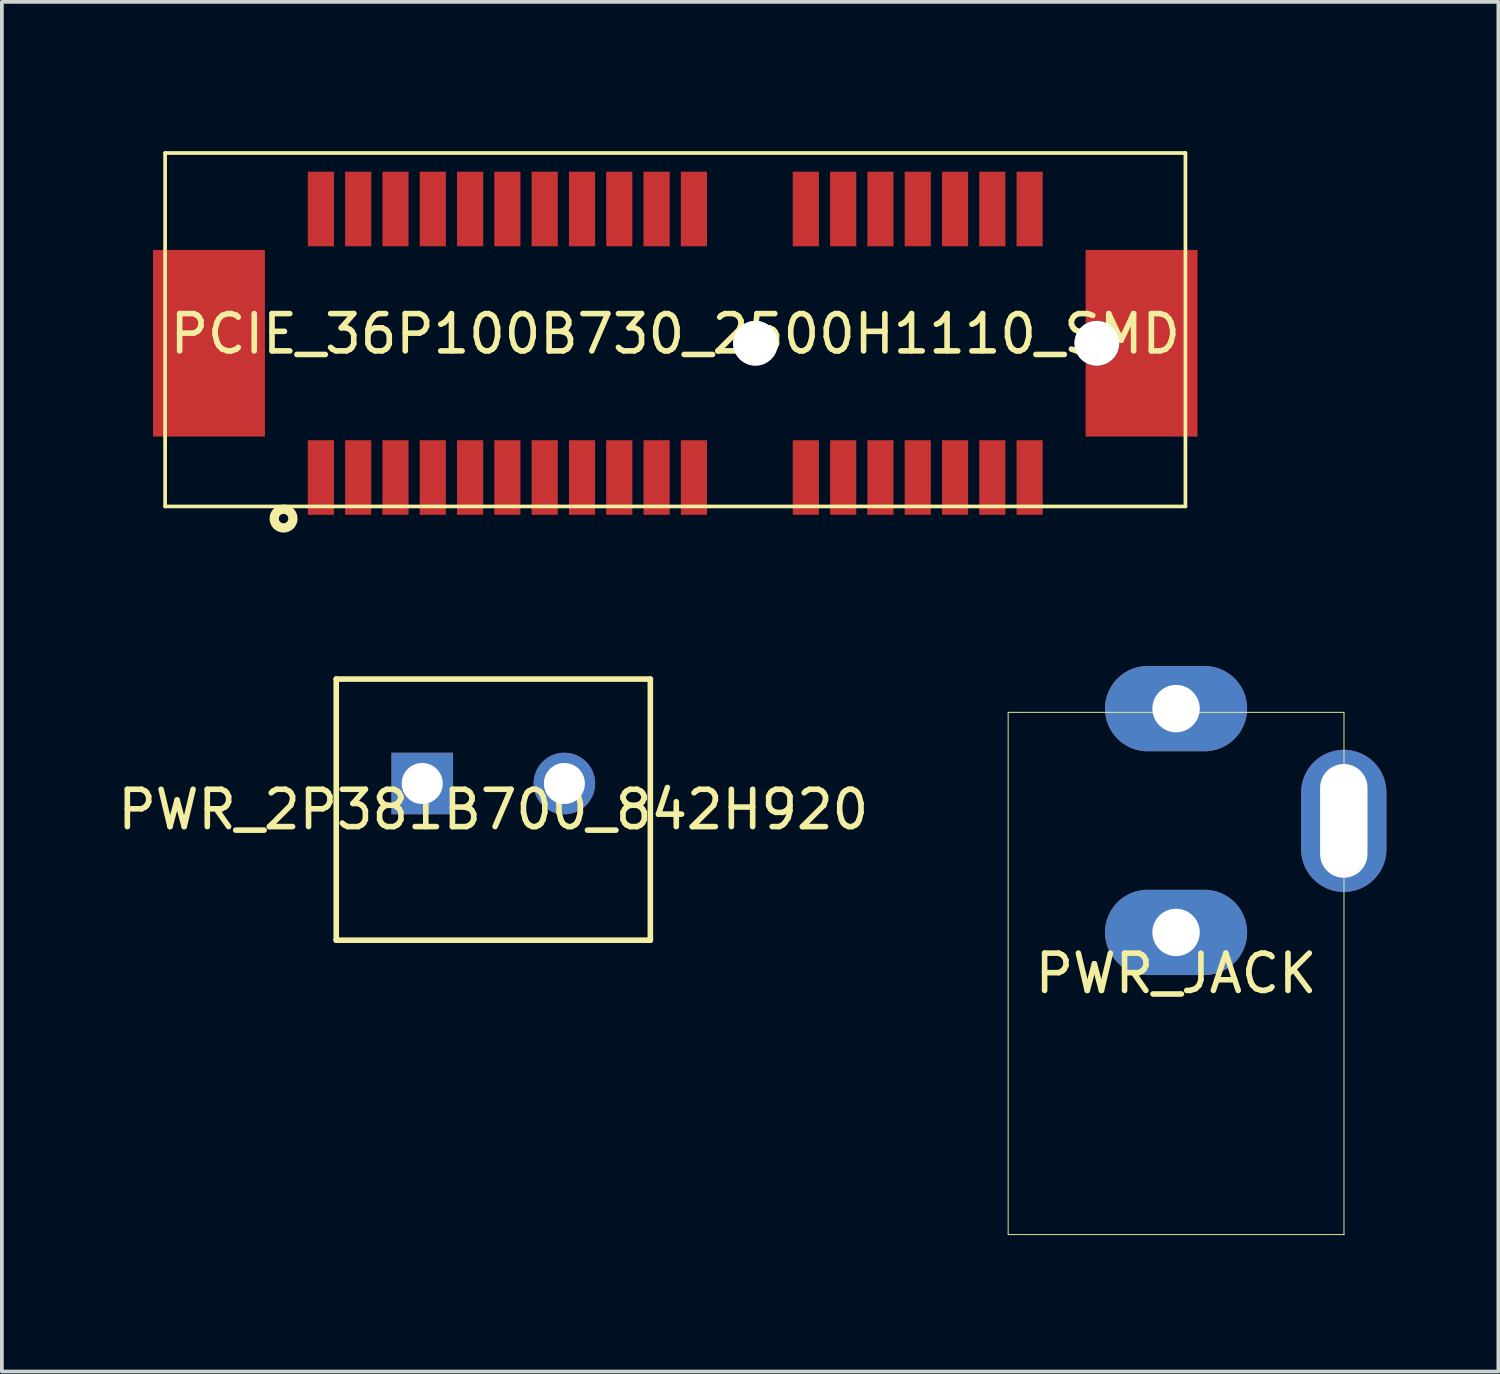
<source format=kicad_pcb>
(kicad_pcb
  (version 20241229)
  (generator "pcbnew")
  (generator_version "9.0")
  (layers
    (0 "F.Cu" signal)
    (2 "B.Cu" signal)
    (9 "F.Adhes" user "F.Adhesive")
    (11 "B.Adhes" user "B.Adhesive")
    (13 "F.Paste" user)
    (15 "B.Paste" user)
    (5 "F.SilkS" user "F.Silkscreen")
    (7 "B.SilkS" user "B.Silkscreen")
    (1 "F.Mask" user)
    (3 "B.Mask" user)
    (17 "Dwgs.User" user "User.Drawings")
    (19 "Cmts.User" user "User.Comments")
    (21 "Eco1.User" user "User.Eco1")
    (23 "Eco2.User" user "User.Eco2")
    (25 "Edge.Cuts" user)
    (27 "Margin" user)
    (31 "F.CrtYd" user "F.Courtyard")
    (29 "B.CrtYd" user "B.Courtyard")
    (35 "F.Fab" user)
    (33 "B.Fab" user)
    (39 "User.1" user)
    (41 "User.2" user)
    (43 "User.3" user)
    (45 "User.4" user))
  (footprint "PWR_2P381B700_842H920"
    (layer "F.Cu")
    (at 10.173 18.652)
    (property "Reference" "PWR_2P381B700_842H920" (at 0 0 0) (layer "F.SilkS") (effects (font (size 1 1) (thickness 0.15))))
    (fp_line (start -4.21 3.5) (end -4.21 -3.5) (stroke (width 0.15) (type default)) (layer "F.SilkS"))
    (fp_line (start 4.21 -3.5) (end -4.21 -3.5) (stroke (width 0.15) (type default)) (layer "F.SilkS"))
    (fp_line (start 4.21 3.5) (end -4.21 3.5) (stroke (width 0.15) (type default)) (layer "F.SilkS"))
    (fp_line (start 4.21 3.5) (end 4.21 -3.5) (stroke (width 0.15) (type default)) (layer "F.SilkS"))
    (fp_line (start -4.21 3.5) (end -4.21 -3.5) (stroke (width 0.025) (type default)) (layer "User.1"))
    (fp_line (start 4.21 -3.5) (end -4.21 -3.5) (stroke (width 0.025) (type default)) (layer "User.1"))
    (fp_line (start 4.21 3.5) (end -4.21 3.5) (stroke (width 0.025) (type default)) (layer "User.1"))
    (fp_line (start 4.21 3.5) (end 4.21 -3.5) (stroke (width 0.025) (type default)) (layer "User.1"))
    (fp_poly (pts (xy -4.51 3.8) (xy -4.51 -3.8) (xy 4.51 -3.8) (xy 4.51 3.8)) (stroke (width 0.1) (type default)) (fill no) (layer "User.1"))
    (fp_poly (pts (xy -4.51 3.8) (xy -4.51 -3.8) (xy 4.51 -3.8) (xy 4.51 3.8)) (stroke (width 0.1) (type default)) (fill no) (layer "User.1"))
    (pad "1" thru_hole rect (at -1.905 -0.7 90) (size 1.651 1.651) (drill 1.1) (layers "*.Cu" "*.Mask"))
    (pad "2" thru_hole circle (at 1.905 -0.7 90) (size 1.651 1.651) (drill 1.1) (layers "*.Cu" "*.Mask")))
  (footprint "PCIE_36P100B730_2500H1110_SMD"
    (layer "F.Cu")
    (at 15.051 5.901)
    (property "Reference" "PCIE_36P100B730_2500H1110_SMD" (at 0 0 0) (layer "F.SilkS") (effects (font (size 1 1) (thickness 0.15))))
    (fp_line (start -13.675 4.624) (end -13.675 -4.85) (stroke (width 0.099) (type default)) (layer "F.SilkS"))
    (fp_line (start 13.675 -4.85) (end -13.675 -4.85) (stroke (width 0.099) (type default)) (layer "F.SilkS"))
    (fp_line (start 13.675 4.624) (end -13.675 4.624) (stroke (width 0.099) (type default)) (layer "F.SilkS"))
    (fp_line (start 13.675 4.624) (end 13.675 -4.85) (stroke (width 0.099) (type default)) (layer "F.SilkS"))
    (fp_circle (center -10.5 4.95) (end -10.249 4.95) (stroke (width 0.249) (type default)) (fill no) (layer "F.SilkS"))
    (fp_line (start -15.001 5.851) (end -15.001 -5.851) (stroke (width 0.025) (type default)) (layer "User.1"))
    (fp_line (start 15.001 -5.851) (end -15.001 -5.851) (stroke (width 0.025) (type default)) (layer "User.1"))
    (fp_line (start 15.001 5.851) (end -15.001 5.851) (stroke (width 0.025) (type default)) (layer "User.1"))
    (fp_line (start 15.001 5.851) (end 15.001 -5.851) (stroke (width 0.025) (type default)) (layer "User.1"))
    (fp_poly (pts (xy 13.675 4.619) (xy 13.675 -4.85) (xy -13.675 -4.85) (xy -13.675 4.619)) (stroke (width 0.1) (type default)) (fill no) (layer "User.1"))
    (fp_poly (pts (xy 13.675 4.619) (xy 13.675 -4.85) (xy -13.675 -4.85) (xy -13.675 4.619)) (stroke (width 0.1) (type default)) (fill no) (layer "User.1"))
    (fp_poly (pts (xy 15.001 5.851) (xy 15.001 -5.851) (xy -13.701 -5.851) (xy -13.701 -4.949) (xy 13.8 -4.949) (xy 13.8 4.751) (xy -13.8 4.751) (xy -13.8 -5.851) (xy -15.001 -5.851) (xy -15.001 5.851)) (stroke (width 0.1) (type default)) (fill no) (layer "User.1"))
    (fp_poly (pts (xy 15.001 5.851) (xy 15.001 -5.851) (xy -13.701 -5.851) (xy -13.701 -4.949) (xy 13.8 -4.949) (xy 13.8 4.751) (xy -13.8 4.751) (xy -13.8 -5.851) (xy -15.001 -5.851) (xy -15.001 5.851)) (stroke (width 0.1) (type default)) (fill no) (layer "User.1"))
    (pad "37" smd rect (at -12.499 0.25 90) (size 5.002 2.999) (layers "F.Cu" "F.Mask" "F.Paste"))
    (pad "38" smd rect (at 12.499 0.25 90) (size 5.002 2.999) (layers "F.Cu" "F.Mask" "F.Paste"))
    (pad "39" thru_hole circle (at 2.149 0.25 90) (size 1.199 1.199) (drill 1.199) (layers "*.Cu" "*.Mask"))
    (pad "40" thru_hole circle (at 11.3 0.25 90) (size 1.199 1.199) (drill 1.199) (layers "*.Cu" "*.Mask"))
    (pad "A1" smd rect (at -9.499 -3.349 90) (size 1.999 0.701) (layers "F.Cu" "F.Mask" "F.Paste"))
    (pad "A2" smd rect (at -8.499 -3.349 90) (size 1.999 0.701) (layers "F.Cu" "F.Mask" "F.Paste"))
    (pad "A3" smd rect (at -7.5 -3.349 90) (size 1.999 0.701) (layers "F.Cu" "F.Mask" "F.Paste"))
    (pad "A4" smd rect (at -6.5 -3.349 90) (size 1.999 0.701) (layers "F.Cu" "F.Mask" "F.Paste"))
    (pad "A5" smd rect (at -5.499 -3.349 90) (size 1.999 0.701) (layers "F.Cu" "F.Mask" "F.Paste"))
    (pad "A6" smd rect (at -4.501 -3.349 90) (size 1.999 0.701) (layers "F.Cu" "F.Mask" "F.Paste"))
    (pad "A7" smd rect (at -3.5 -3.349 90) (size 1.999 0.701) (layers "F.Cu" "F.Mask" "F.Paste"))
    (pad "A8" smd rect (at -2.499 -3.349 90) (size 1.999 0.701) (layers "F.Cu" "F.Mask" "F.Paste"))
    (pad "A9" smd rect (at -1.501 -3.349 90) (size 1.999 0.701) (layers "F.Cu" "F.Mask" "F.Paste"))
    (pad "A10" smd rect (at -0.5 -3.349 90) (size 1.999 0.701) (layers "F.Cu" "F.Mask" "F.Paste"))
    (pad "A11" smd rect (at 0.5 -3.349 90) (size 1.999 0.701) (layers "F.Cu" "F.Mask" "F.Paste"))
    (pad "A12" smd rect (at 3.5 -3.349 90) (size 1.999 0.701) (layers "F.Cu" "F.Mask" "F.Paste"))
    (pad "A13" smd rect (at 4.501 -3.349 90) (size 1.999 0.701) (layers "F.Cu" "F.Mask" "F.Paste"))
    (pad "A14" smd rect (at 5.499 -3.349 90) (size 1.999 0.701) (layers "F.Cu" "F.Mask" "F.Paste"))
    (pad "A15" smd rect (at 6.5 -3.349 90) (size 1.999 0.701) (layers "F.Cu" "F.Mask" "F.Paste"))
    (pad "A16" smd rect (at 7.5 -3.349 90) (size 1.999 0.701) (layers "F.Cu" "F.Mask" "F.Paste"))
    (pad "A17" smd rect (at 8.499 -3.349 90) (size 1.999 0.701) (layers "F.Cu" "F.Mask" "F.Paste"))
    (pad "A18" smd rect (at 9.499 -3.349 90) (size 1.999 0.701) (layers "F.Cu" "F.Mask" "F.Paste"))
    (pad "B1" smd rect (at -9.499 3.849 90) (size 1.999 0.701) (layers "F.Cu" "F.Mask" "F.Paste"))
    (pad "B2" smd rect (at -8.499 3.849 90) (size 1.999 0.701) (layers "F.Cu" "F.Mask" "F.Paste"))
    (pad "B3" smd rect (at -7.5 3.849 90) (size 1.999 0.701) (layers "F.Cu" "F.Mask" "F.Paste"))
    (pad "B4" smd rect (at -6.5 3.849 90) (size 1.999 0.701) (layers "F.Cu" "F.Mask" "F.Paste"))
    (pad "B5" smd rect (at -5.499 3.849 90) (size 1.999 0.701) (layers "F.Cu" "F.Mask" "F.Paste"))
    (pad "B6" smd rect (at -4.501 3.849 90) (size 1.999 0.701) (layers "F.Cu" "F.Mask" "F.Paste"))
    (pad "B7" smd rect (at -3.5 3.849 90) (size 1.999 0.701) (layers "F.Cu" "F.Mask" "F.Paste"))
    (pad "B8" smd rect (at -2.499 3.849 90) (size 1.999 0.701) (layers "F.Cu" "F.Mask" "F.Paste"))
    (pad "B9" smd rect (at -1.501 3.849 90) (size 1.999 0.701) (layers "F.Cu" "F.Mask" "F.Paste"))
    (pad "B10" smd rect (at -0.5 3.849 90) (size 1.999 0.701) (layers "F.Cu" "F.Mask" "F.Paste"))
    (pad "B11" smd rect (at 0.5 3.849 90) (size 1.999 0.701) (layers "F.Cu" "F.Mask" "F.Paste"))
    (pad "B12" smd rect (at 3.5 3.849 90) (size 1.999 0.701) (layers "F.Cu" "F.Mask" "F.Paste"))
    (pad "B13" smd rect (at 4.501 3.849 90) (size 1.999 0.701) (layers "F.Cu" "F.Mask" "F.Paste"))
    (pad "B14" smd rect (at 5.499 3.849 90) (size 1.999 0.701) (layers "F.Cu" "F.Mask" "F.Paste"))
    (pad "B15" smd rect (at 6.5 3.849 90) (size 1.999 0.701) (layers "F.Cu" "F.Mask" "F.Paste"))
    (pad "B16" smd rect (at 7.5 3.849 90) (size 1.999 0.701) (layers "F.Cu" "F.Mask" "F.Paste"))
    (pad "B17" smd rect (at 8.499 3.849 90) (size 1.999 0.701) (layers "F.Cu" "F.Mask" "F.Paste"))
    (pad "B18" smd rect (at 9.499 3.849 90) (size 1.999 0.701) (layers "F.Cu" "F.Mask" "F.Paste"))
    (zone (net_name "") (layer "Edge.Cuts") (hatch edge 0.5) (connect_pads) (min_thickness 0.25) (filled_areas_thickness no) (keepout (tracks not_allowed) (vias not_allowed) (pads not_allowed) (copperpour not_allowed) (footprints allowed)) (placement (enabled no)) (fill) (polygon (pts (xy 17.423 5.324) (xy 17.63 5.409) (xy 17.807 5.545) (xy 17.943 5.723) (xy 18.029 5.929) (xy 18.058 6.151) (xy 18.029 6.373) (xy 17.943 6.58) (xy 17.807 6.757) (xy 17.63 6.894) (xy 17.423 6.979) (xy 17.201 7.008) (xy 16.979 6.979) (xy 16.773 6.894) (xy 16.595 6.757) (xy 16.459 6.58) (xy 16.373 6.373) (xy 16.344 6.151) (xy 16.373 5.929) (xy 16.459 5.723) (xy 16.595 5.545) (xy 16.773 5.409) (xy 16.979 5.324) (xy 17.201 5.294))))
    (zone (net_name "") (layer "Edge.Cuts") (hatch edge 0.5) (connect_pads) (min_thickness 0.25) (filled_areas_thickness no) (keepout (tracks not_allowed) (vias not_allowed) (pads not_allowed) (copperpour not_allowed) (footprints allowed)) (placement (enabled no)) (fill) (polygon (pts (xy 26.573 5.324) (xy 26.779 5.41) (xy 26.956 5.546) (xy 27.093 5.723) (xy 27.178 5.929) (xy 27.207 6.151) (xy 27.178 6.373) (xy 27.093 6.58) (xy 26.956 6.756) (xy 26.779 6.893) (xy 26.573 6.978) (xy 26.351 7.008) (xy 26.13 6.978) (xy 25.923 6.893) (xy 25.745 6.756) (xy 25.61 6.58) (xy 25.524 6.373) (xy 25.495 6.151) (xy 25.524 5.929) (xy 25.61 5.723) (xy 25.745 5.546) (xy 25.923 5.41) (xy 26.13 5.324) (xy 26.351 5.295)))))
  (footprint "PWR_JACK"
    (layer "F.Cu")
    (at 28.475 23.044)
    (property "Reference" "PWR_JACK" (at 0 0 0) (layer "F.SilkS") (effects (font (size 1 1) (thickness 0.15))))
    (fp_line (start -4.501 7) (end -4.501 -7) (stroke (width 0.025) (type default)) (layer "F.SilkS"))
    (fp_line (start 4.501 -7) (end -4.501 -7) (stroke (width 0.025) (type default)) (layer "F.SilkS"))
    (fp_line (start 4.501 7) (end -4.501 7) (stroke (width 0.025) (type default)) (layer "F.SilkS"))
    (fp_line (start 4.501 7) (end 4.501 -7) (stroke (width 0.025) (type default)) (layer "F.SilkS"))
    (fp_line (start -4.501 7) (end -4.501 -7) (stroke (width 0.025) (type default)) (layer "User.1"))
    (fp_line (start 4.501 -7) (end -4.501 -7) (stroke (width 0.025) (type default)) (layer "User.1"))
    (fp_line (start 4.501 5.499) (end -4.399 5.499) (stroke (width 0.025) (type default)) (layer "User.1"))
    (fp_line (start 4.501 7) (end -4.501 7) (stroke (width 0.025) (type default)) (layer "User.1"))
    (fp_line (start 4.501 7) (end 4.501 -7) (stroke (width 0.025) (type default)) (layer "User.1"))
    (fp_poly (pts (xy -5.08 -7.62) (xy 5.08 -7.62) (xy 5.08 7.62) (xy -5.08 7.62)) (stroke (width 0.1) (type default)) (fill no) (layer "User.1"))
    (fp_poly (pts (xy -5.08 -7.62) (xy 5.08 -7.62) (xy 5.08 7.62) (xy -5.08 7.62)) (stroke (width 0.1) (type default)) (fill no) (layer "User.1"))
    (pad "1" thru_hole oval (at 0 -7.099 90) (size 2.286 3.81) (drill oval 1.27) (layers "*.Cu" "*.Mask"))
    (pad "2" thru_hole oval (at 0 -1.1 90) (size 2.286 3.81) (drill oval 1.27) (layers "*.Cu" "*.Mask"))
    (pad "3" thru_hole oval (at 4.496 -4.09 90) (size 3.81 2.286) (drill oval 3.048 1.27) (layers "*.Cu" "*.Mask")))
  (gr_rect
    (start -3 -3)
    (end 37.114 33.715)
    (stroke (width 0.1) (type default))
    (fill no)
    (layer "Edge.Cuts")))
</source>
